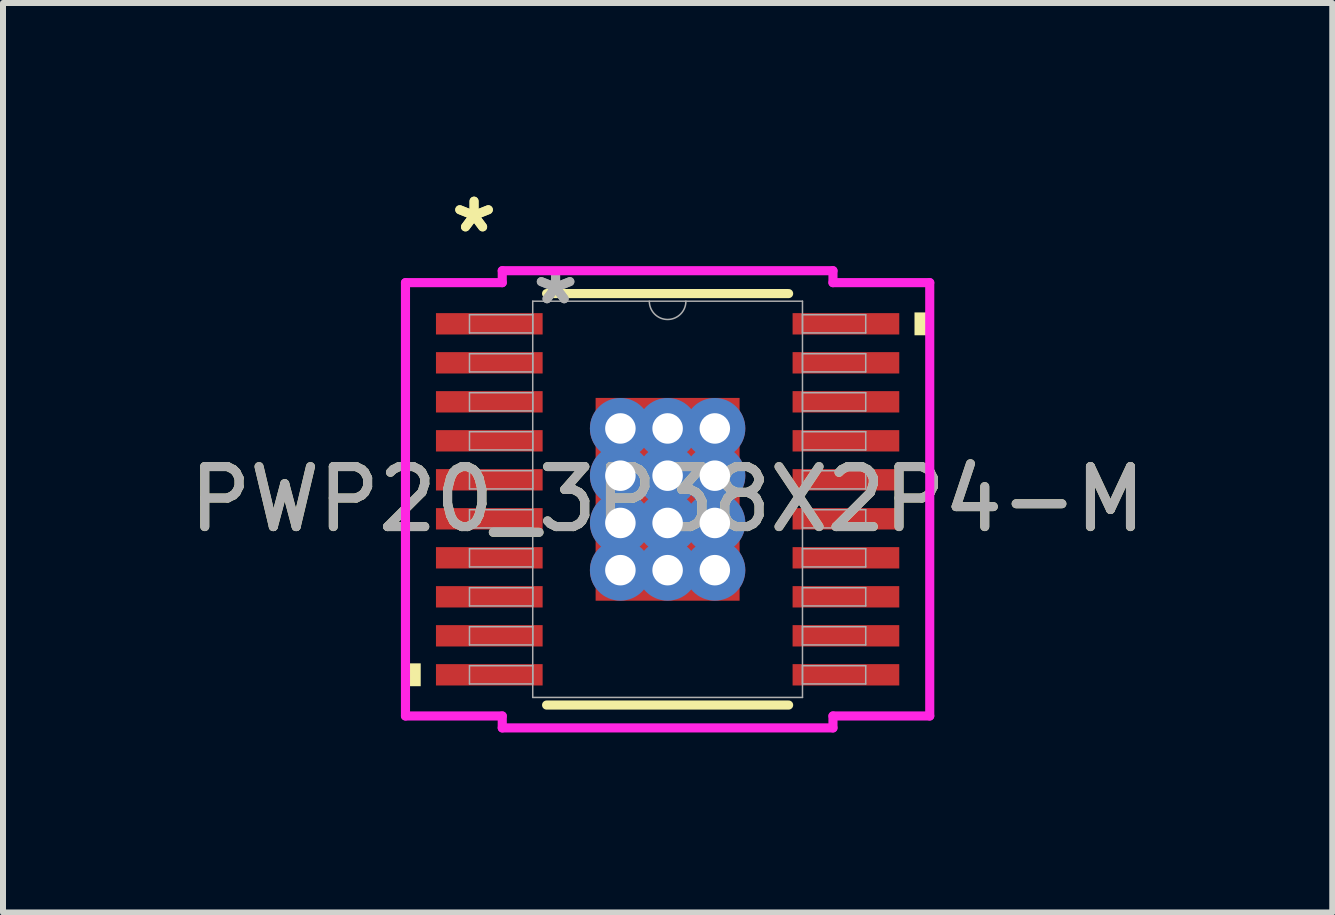
<source format=kicad_pcb>
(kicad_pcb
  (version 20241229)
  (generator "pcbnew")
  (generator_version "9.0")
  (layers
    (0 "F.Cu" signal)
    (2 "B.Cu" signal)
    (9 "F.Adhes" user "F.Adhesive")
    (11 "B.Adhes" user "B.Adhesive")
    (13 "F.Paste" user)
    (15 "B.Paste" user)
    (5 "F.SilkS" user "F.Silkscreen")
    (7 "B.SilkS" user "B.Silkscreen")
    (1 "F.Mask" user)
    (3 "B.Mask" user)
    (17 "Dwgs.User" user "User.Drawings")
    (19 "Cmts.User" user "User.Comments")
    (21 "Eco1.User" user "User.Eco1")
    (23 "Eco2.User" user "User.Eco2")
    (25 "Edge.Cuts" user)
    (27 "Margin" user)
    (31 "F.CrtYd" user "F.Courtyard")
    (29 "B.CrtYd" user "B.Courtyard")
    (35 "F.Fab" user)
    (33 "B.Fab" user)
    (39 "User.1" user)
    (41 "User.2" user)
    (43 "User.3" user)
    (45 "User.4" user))
  (footprint "PWP20_3P38X2P4-M"
    (layer "F.Cu")
    (at 8.077 5.272)
    (property "Reference" "PWP20_3P38X2P4-M" (at 0 0 0) (unlocked yes) (layer "F.SilkS") (effects (font (size 1 1) (thickness 0.15))))
    (attr smd)
    (fp_poly (pts (xy -1.264 -1.754) (xy -0.987 -1.754) (xy -0.987 1.754) (xy -1.264 1.754)) (stroke (width 0) (type solid)) (fill yes) (layer "F.Mask"))
    (fp_poly (pts (xy -1.264 -1.754) (xy 1.264 -1.754) (xy 1.264 -1.381) (xy -1.264 -1.381)) (stroke (width 0) (type solid)) (fill yes) (layer "F.Mask"))
    (fp_poly (pts (xy -1.264 -0.981) (xy 1.264 -0.981) (xy 1.264 -0.594) (xy -1.264 -0.594)) (stroke (width 0) (type solid)) (fill yes) (layer "F.Mask"))
    (fp_poly (pts (xy -1.264 -0.194) (xy 1.264 -0.194) (xy 1.264 0.194) (xy -1.264 0.194)) (stroke (width 0) (type solid)) (fill yes) (layer "F.Mask"))
    (fp_poly (pts (xy -1.264 0.594) (xy 1.264 0.594) (xy 1.264 0.981) (xy -1.264 0.981)) (stroke (width 0) (type solid)) (fill yes) (layer "F.Mask"))
    (fp_poly (pts (xy -1.264 1.381) (xy 1.264 1.381) (xy 1.264 1.754) (xy -1.264 1.754)) (stroke (width 0) (type solid)) (fill yes) (layer "F.Mask"))
    (fp_poly (pts (xy -0.2 -1.754) (xy -0.587 -1.754) (xy -0.587 1.754) (xy -0.2 1.754)) (stroke (width 0) (type solid)) (fill yes) (layer "F.Mask"))
    (fp_poly (pts (xy 0.587 -1.754) (xy 0.2 -1.754) (xy 0.2 1.754) (xy 0.587 1.754)) (stroke (width 0) (type solid)) (fill yes) (layer "F.Mask"))
    (fp_poly (pts (xy 0.987 -1.754) (xy 1.264 -1.754) (xy 1.264 1.754) (xy 0.987 1.754)) (stroke (width 0) (type solid)) (fill yes) (layer "F.Mask"))
    (fp_line (start -2.017 3.429) (end 2.017 3.429) (stroke (width 0.152) (type solid)) (layer "F.SilkS"))
    (fp_line (start 2.017 -3.429) (end -2.017 -3.429) (stroke (width 0.152) (type solid)) (layer "F.SilkS"))
    (fp_poly (pts (xy -4.369 2.734) (xy -4.369 3.115) (xy -4.115 3.115) (xy -4.115 2.734)) (stroke (width 0) (type solid)) (fill yes) (layer "F.SilkS"))
    (fp_poly (pts (xy 4.369 -3.115) (xy 4.369 -2.734) (xy 4.115 -2.734) (xy 4.115 -3.115)) (stroke (width 0) (type solid)) (fill yes) (layer "F.SilkS"))
    (fp_poly (pts (xy -1.125 -1.615) (xy -1.125 -1.281) (xy -1.029 -1.281) (xy -0.887 -1.423) (xy -0.887 -1.615)) (stroke (width 0) (type solid)) (fill yes) (layer "F.Paste"))
    (fp_poly (pts (xy -1.125 1.281) (xy -1.125 1.615) (xy -0.887 1.615) (xy -0.887 1.423) (xy -1.029 1.281)) (stroke (width 0) (type solid)) (fill yes) (layer "F.Paste"))
    (fp_poly (pts (xy 0.887 -1.615) (xy 0.887 -1.423) (xy 1.029 -1.281) (xy 1.125 -1.281) (xy 1.125 -1.615)) (stroke (width 0) (type solid)) (fill yes) (layer "F.Paste"))
    (fp_poly (pts (xy 1.029 1.281) (xy 0.887 1.423) (xy 0.887 1.615) (xy 1.125 1.615) (xy 1.125 1.281)) (stroke (width 0) (type solid)) (fill yes) (layer "F.Paste"))
    (fp_poly (pts (xy -1.125 -1.081) (xy -1.125 -0.494) (xy -1.029 -0.494) (xy -0.887 -0.635) (xy -0.887 -0.94) (xy -1.029 -1.081)) (stroke (width 0) (type solid)) (fill yes) (layer "F.Paste"))
    (fp_poly (pts (xy -1.125 -0.294) (xy -1.125 0.294) (xy -1.029 0.294) (xy -0.887 0.152) (xy -0.887 -0.152) (xy -1.029 -0.294)) (stroke (width 0) (type solid)) (fill yes) (layer "F.Paste"))
    (fp_poly (pts (xy -1.125 0.494) (xy -1.125 1.081) (xy -1.029 1.081) (xy -0.887 0.94) (xy -0.887 0.635) (xy -1.029 0.494)) (stroke (width 0) (type solid)) (fill yes) (layer "F.Paste"))
    (fp_poly (pts (xy -0.687 -1.615) (xy -0.687 -1.423) (xy -0.546 -1.281) (xy -0.241 -1.281) (xy -0.1 -1.423) (xy -0.1 -1.615)) (stroke (width 0) (type solid)) (fill yes) (layer "F.Paste"))
    (fp_poly (pts (xy -0.546 1.281) (xy -0.687 1.423) (xy -0.687 1.615) (xy -0.1 1.615) (xy -0.1 1.423) (xy -0.241 1.281)) (stroke (width 0) (type solid)) (fill yes) (layer "F.Paste"))
    (fp_poly (pts (xy 0.1 -1.615) (xy 0.1 -1.423) (xy 0.241 -1.281) (xy 0.546 -1.281) (xy 0.687 -1.423) (xy 0.687 -1.615)) (stroke (width 0) (type solid)) (fill yes) (layer "F.Paste"))
    (fp_poly (pts (xy 0.241 1.281) (xy 0.1 1.423) (xy 0.1 1.615) (xy 0.687 1.615) (xy 0.687 1.423) (xy 0.546 1.281)) (stroke (width 0) (type solid)) (fill yes) (layer "F.Paste"))
    (fp_poly (pts (xy 1.029 -1.081) (xy 0.887 -0.94) (xy 0.887 -0.635) (xy 1.029 -0.494) (xy 1.125 -0.494) (xy 1.125 -1.081)) (stroke (width 0) (type solid)) (fill yes) (layer "F.Paste"))
    (fp_poly (pts (xy 1.029 -0.294) (xy 0.887 -0.152) (xy 0.887 0.152) (xy 1.029 0.294) (xy 1.125 0.294) (xy 1.125 -0.294)) (stroke (width 0) (type solid)) (fill yes) (layer "F.Paste"))
    (fp_poly (pts (xy 1.029 0.494) (xy 0.887 0.635) (xy 0.887 0.94) (xy 1.029 1.081) (xy 1.125 1.081) (xy 1.125 0.494)) (stroke (width 0) (type solid)) (fill yes) (layer "F.Paste"))
    (fp_poly (pts (xy -0.546 -1.081) (xy -0.687 -0.94) (xy -0.687 -0.635) (xy -0.546 -0.494) (xy -0.241 -0.494) (xy -0.1 -0.635) (xy -0.1 -0.94) (xy -0.241 -1.081)) (stroke (width 0) (type solid)) (fill yes) (layer "F.Paste"))
    (fp_poly (pts (xy -0.546 -0.294) (xy -0.687 -0.152) (xy -0.687 0.152) (xy -0.546 0.294) (xy -0.241 0.294) (xy -0.1 0.152) (xy -0.1 -0.152) (xy -0.241 -0.294)) (stroke (width 0) (type solid)) (fill yes) (layer "F.Paste"))
    (fp_poly (pts (xy -0.546 0.494) (xy -0.687 0.635) (xy -0.687 0.94) (xy -0.546 1.081) (xy -0.241 1.081) (xy -0.1 0.94) (xy -0.1 0.635) (xy -0.241 0.494)) (stroke (width 0) (type solid)) (fill yes) (layer "F.Paste"))
    (fp_poly (pts (xy 0.241 -1.081) (xy 0.1 -0.94) (xy 0.1 -0.635) (xy 0.241 -0.494) (xy 0.546 -0.494) (xy 0.687 -0.635) (xy 0.687 -0.94) (xy 0.546 -1.081)) (stroke (width 0) (type solid)) (fill yes) (layer "F.Paste"))
    (fp_poly (pts (xy 0.241 -0.294) (xy 0.1 -0.152) (xy 0.1 0.152) (xy 0.241 0.294) (xy 0.546 0.294) (xy 0.687 0.152) (xy 0.687 -0.152) (xy 0.546 -0.294)) (stroke (width 0) (type solid)) (fill yes) (layer "F.Paste"))
    (fp_poly (pts (xy 0.241 0.494) (xy 0.1 0.635) (xy 0.1 0.94) (xy 0.241 1.081) (xy 0.546 1.081) (xy 0.687 0.94) (xy 0.687 0.635) (xy 0.546 0.494)) (stroke (width 0) (type solid)) (fill yes) (layer "F.Paste"))
    (fp_line (start -4.369 -3.611) (end -2.756 -3.611) (stroke (width 0.152) (type solid)) (layer "F.CrtYd"))
    (fp_line (start -4.369 3.611) (end -4.369 -3.611) (stroke (width 0.152) (type solid)) (layer "F.CrtYd"))
    (fp_line (start -4.369 3.611) (end -2.756 3.611) (stroke (width 0.152) (type solid)) (layer "F.CrtYd"))
    (fp_line (start -2.756 -3.81) (end 2.756 -3.81) (stroke (width 0.152) (type solid)) (layer "F.CrtYd"))
    (fp_line (start -2.756 -3.611) (end -2.756 -3.81) (stroke (width 0.152) (type solid)) (layer "F.CrtYd"))
    (fp_line (start -2.756 3.81) (end -2.756 3.611) (stroke (width 0.152) (type solid)) (layer "F.CrtYd"))
    (fp_line (start 2.756 -3.81) (end 2.756 -3.611) (stroke (width 0.152) (type solid)) (layer "F.CrtYd"))
    (fp_line (start 2.756 3.611) (end 2.756 3.81) (stroke (width 0.152) (type solid)) (layer "F.CrtYd"))
    (fp_line (start 2.756 3.81) (end -2.756 3.81) (stroke (width 0.152) (type solid)) (layer "F.CrtYd"))
    (fp_line (start 4.369 -3.611) (end 2.756 -3.611) (stroke (width 0.152) (type solid)) (layer "F.CrtYd"))
    (fp_line (start 4.369 -3.611) (end 4.369 3.611) (stroke (width 0.152) (type solid)) (layer "F.CrtYd"))
    (fp_line (start 4.369 3.611) (end 2.756 3.611) (stroke (width 0.152) (type solid)) (layer "F.CrtYd"))
    (fp_line (start -3.302 -3.077) (end -3.302 -2.773) (stroke (width 0.025) (type solid)) (layer "F.Fab"))
    (fp_line (start -3.302 -2.773) (end -2.248 -2.773) (stroke (width 0.025) (type solid)) (layer "F.Fab"))
    (fp_line (start -3.302 -2.427) (end -3.302 -2.123) (stroke (width 0.025) (type solid)) (layer "F.Fab"))
    (fp_line (start -3.302 -2.123) (end -2.248 -2.123) (stroke (width 0.025) (type solid)) (layer "F.Fab"))
    (fp_line (start -3.302 -1.777) (end -3.302 -1.473) (stroke (width 0.025) (type solid)) (layer "F.Fab"))
    (fp_line (start -3.302 -1.473) (end -2.248 -1.473) (stroke (width 0.025) (type solid)) (layer "F.Fab"))
    (fp_line (start -3.302 -1.127) (end -3.302 -0.823) (stroke (width 0.025) (type solid)) (layer "F.Fab"))
    (fp_line (start -3.302 -0.823) (end -2.248 -0.823) (stroke (width 0.025) (type solid)) (layer "F.Fab"))
    (fp_line (start -3.302 -0.477) (end -3.302 -0.173) (stroke (width 0.025) (type solid)) (layer "F.Fab"))
    (fp_line (start -3.302 -0.173) (end -2.248 -0.173) (stroke (width 0.025) (type solid)) (layer "F.Fab"))
    (fp_line (start -3.302 0.173) (end -3.302 0.477) (stroke (width 0.025) (type solid)) (layer "F.Fab"))
    (fp_line (start -3.302 0.477) (end -2.248 0.477) (stroke (width 0.025) (type solid)) (layer "F.Fab"))
    (fp_line (start -3.302 0.823) (end -3.302 1.127) (stroke (width 0.025) (type solid)) (layer "F.Fab"))
    (fp_line (start -3.302 1.127) (end -2.248 1.127) (stroke (width 0.025) (type solid)) (layer "F.Fab"))
    (fp_line (start -3.302 1.473) (end -3.302 1.777) (stroke (width 0.025) (type solid)) (layer "F.Fab"))
    (fp_line (start -3.302 1.777) (end -2.248 1.777) (stroke (width 0.025) (type solid)) (layer "F.Fab"))
    (fp_line (start -3.302 2.123) (end -3.302 2.427) (stroke (width 0.025) (type solid)) (layer "F.Fab"))
    (fp_line (start -3.302 2.427) (end -2.248 2.427) (stroke (width 0.025) (type solid)) (layer "F.Fab"))
    (fp_line (start -3.302 2.773) (end -3.302 3.077) (stroke (width 0.025) (type solid)) (layer "F.Fab"))
    (fp_line (start -3.302 3.077) (end -2.248 3.077) (stroke (width 0.025) (type solid)) (layer "F.Fab"))
    (fp_line (start -2.248 -3.302) (end -2.248 3.302) (stroke (width 0.025) (type solid)) (layer "F.Fab"))
    (fp_line (start -2.248 -3.077) (end -3.302 -3.077) (stroke (width 0.025) (type solid)) (layer "F.Fab"))
    (fp_line (start -2.248 -2.773) (end -2.248 -3.077) (stroke (width 0.025) (type solid)) (layer "F.Fab"))
    (fp_line (start -2.248 -2.427) (end -3.302 -2.427) (stroke (width 0.025) (type solid)) (layer "F.Fab"))
    (fp_line (start -2.248 -2.123) (end -2.248 -2.427) (stroke (width 0.025) (type solid)) (layer "F.Fab"))
    (fp_line (start -2.248 -1.777) (end -3.302 -1.777) (stroke (width 0.025) (type solid)) (layer "F.Fab"))
    (fp_line (start -2.248 -1.473) (end -2.248 -1.777) (stroke (width 0.025) (type solid)) (layer "F.Fab"))
    (fp_line (start -2.248 -1.127) (end -3.302 -1.127) (stroke (width 0.025) (type solid)) (layer "F.Fab"))
    (fp_line (start -2.248 -0.823) (end -2.248 -1.127) (stroke (width 0.025) (type solid)) (layer "F.Fab"))
    (fp_line (start -2.248 -0.477) (end -3.302 -0.477) (stroke (width 0.025) (type solid)) (layer "F.Fab"))
    (fp_line (start -2.248 -0.173) (end -2.248 -0.477) (stroke (width 0.025) (type solid)) (layer "F.Fab"))
    (fp_line (start -2.248 0.173) (end -3.302 0.173) (stroke (width 0.025) (type solid)) (layer "F.Fab"))
    (fp_line (start -2.248 0.477) (end -2.248 0.173) (stroke (width 0.025) (type solid)) (layer "F.Fab"))
    (fp_line (start -2.248 0.823) (end -3.302 0.823) (stroke (width 0.025) (type solid)) (layer "F.Fab"))
    (fp_line (start -2.248 1.127) (end -2.248 0.823) (stroke (width 0.025) (type solid)) (layer "F.Fab"))
    (fp_line (start -2.248 1.473) (end -3.302 1.473) (stroke (width 0.025) (type solid)) (layer "F.Fab"))
    (fp_line (start -2.248 1.777) (end -2.248 1.473) (stroke (width 0.025) (type solid)) (layer "F.Fab"))
    (fp_line (start -2.248 2.123) (end -3.302 2.123) (stroke (width 0.025) (type solid)) (layer "F.Fab"))
    (fp_line (start -2.248 2.427) (end -2.248 2.123) (stroke (width 0.025) (type solid)) (layer "F.Fab"))
    (fp_line (start -2.248 2.773) (end -3.302 2.773) (stroke (width 0.025) (type solid)) (layer "F.Fab"))
    (fp_line (start -2.248 3.077) (end -2.248 2.773) (stroke (width 0.025) (type solid)) (layer "F.Fab"))
    (fp_line (start -2.248 3.302) (end 2.248 3.302) (stroke (width 0.025) (type solid)) (layer "F.Fab"))
    (fp_line (start 2.248 -3.302) (end -2.248 -3.302) (stroke (width 0.025) (type solid)) (layer "F.Fab"))
    (fp_line (start 2.248 -3.077) (end 2.248 -2.773) (stroke (width 0.025) (type solid)) (layer "F.Fab"))
    (fp_line (start 2.248 -2.773) (end 3.302 -2.773) (stroke (width 0.025) (type solid)) (layer "F.Fab"))
    (fp_line (start 2.248 -2.427) (end 2.248 -2.123) (stroke (width 0.025) (type solid)) (layer "F.Fab"))
    (fp_line (start 2.248 -2.123) (end 3.302 -2.123) (stroke (width 0.025) (type solid)) (layer "F.Fab"))
    (fp_line (start 2.248 -1.777) (end 2.248 -1.473) (stroke (width 0.025) (type solid)) (layer "F.Fab"))
    (fp_line (start 2.248 -1.473) (end 3.302 -1.473) (stroke (width 0.025) (type solid)) (layer "F.Fab"))
    (fp_line (start 2.248 -1.127) (end 2.248 -0.823) (stroke (width 0.025) (type solid)) (layer "F.Fab"))
    (fp_line (start 2.248 -0.823) (end 3.302 -0.823) (stroke (width 0.025) (type solid)) (layer "F.Fab"))
    (fp_line (start 2.248 -0.477) (end 2.248 -0.173) (stroke (width 0.025) (type solid)) (layer "F.Fab"))
    (fp_line (start 2.248 -0.173) (end 3.302 -0.173) (stroke (width 0.025) (type solid)) (layer "F.Fab"))
    (fp_line (start 2.248 0.173) (end 2.248 0.477) (stroke (width 0.025) (type solid)) (layer "F.Fab"))
    (fp_line (start 2.248 0.477) (end 3.302 0.477) (stroke (width 0.025) (type solid)) (layer "F.Fab"))
    (fp_line (start 2.248 0.823) (end 2.248 1.127) (stroke (width 0.025) (type solid)) (layer "F.Fab"))
    (fp_line (start 2.248 1.127) (end 3.302 1.127) (stroke (width 0.025) (type solid)) (layer "F.Fab"))
    (fp_line (start 2.248 1.473) (end 2.248 1.777) (stroke (width 0.025) (type solid)) (layer "F.Fab"))
    (fp_line (start 2.248 1.777) (end 3.302 1.777) (stroke (width 0.025) (type solid)) (layer "F.Fab"))
    (fp_line (start 2.248 2.123) (end 2.248 2.427) (stroke (width 0.025) (type solid)) (layer "F.Fab"))
    (fp_line (start 2.248 2.427) (end 3.302 2.427) (stroke (width 0.025) (type solid)) (layer "F.Fab"))
    (fp_line (start 2.248 2.773) (end 2.248 3.077) (stroke (width 0.025) (type solid)) (layer "F.Fab"))
    (fp_line (start 2.248 3.077) (end 3.302 3.077) (stroke (width 0.025) (type solid)) (layer "F.Fab"))
    (fp_line (start 2.248 3.302) (end 2.248 -3.302) (stroke (width 0.025) (type solid)) (layer "F.Fab"))
    (fp_line (start 3.302 -3.077) (end 2.248 -3.077) (stroke (width 0.025) (type solid)) (layer "F.Fab"))
    (fp_line (start 3.302 -2.773) (end 3.302 -3.077) (stroke (width 0.025) (type solid)) (layer "F.Fab"))
    (fp_line (start 3.302 -2.427) (end 2.248 -2.427) (stroke (width 0.025) (type solid)) (layer "F.Fab"))
    (fp_line (start 3.302 -2.123) (end 3.302 -2.427) (stroke (width 0.025) (type solid)) (layer "F.Fab"))
    (fp_line (start 3.302 -1.777) (end 2.248 -1.777) (stroke (width 0.025) (type solid)) (layer "F.Fab"))
    (fp_line (start 3.302 -1.473) (end 3.302 -1.777) (stroke (width 0.025) (type solid)) (layer "F.Fab"))
    (fp_line (start 3.302 -1.127) (end 2.248 -1.127) (stroke (width 0.025) (type solid)) (layer "F.Fab"))
    (fp_line (start 3.302 -0.823) (end 3.302 -1.127) (stroke (width 0.025) (type solid)) (layer "F.Fab"))
    (fp_line (start 3.302 -0.477) (end 2.248 -0.477) (stroke (width 0.025) (type solid)) (layer "F.Fab"))
    (fp_line (start 3.302 -0.173) (end 3.302 -0.477) (stroke (width 0.025) (type solid)) (layer "F.Fab"))
    (fp_line (start 3.302 0.173) (end 2.248 0.173) (stroke (width 0.025) (type solid)) (layer "F.Fab"))
    (fp_line (start 3.302 0.477) (end 3.302 0.173) (stroke (width 0.025) (type solid)) (layer "F.Fab"))
    (fp_line (start 3.302 0.823) (end 2.248 0.823) (stroke (width 0.025) (type solid)) (layer "F.Fab"))
    (fp_line (start 3.302 1.127) (end 3.302 0.823) (stroke (width 0.025) (type solid)) (layer "F.Fab"))
    (fp_line (start 3.302 1.473) (end 2.248 1.473) (stroke (width 0.025) (type solid)) (layer "F.Fab"))
    (fp_line (start 3.302 1.777) (end 3.302 1.473) (stroke (width 0.025) (type solid)) (layer "F.Fab"))
    (fp_line (start 3.302 2.123) (end 2.248 2.123) (stroke (width 0.025) (type solid)) (layer "F.Fab"))
    (fp_line (start 3.302 2.427) (end 3.302 2.123) (stroke (width 0.025) (type solid)) (layer "F.Fab"))
    (fp_line (start 3.302 2.773) (end 2.248 2.773) (stroke (width 0.025) (type solid)) (layer "F.Fab"))
    (fp_line (start 3.302 3.077) (end 3.302 2.773) (stroke (width 0.025) (type solid)) (layer "F.Fab"))
    (fp_arc (start 0.3048 -3.302) (mid 0 -2.9972) (end -0.3048 -3.302) (stroke (width 0.0254) (type solid)) (layer "F.Fab"))
    (fp_text user "*" (at -3.226 -4.424 0) (unlocked yes) (layer "F.SilkS") (effects (font (size 1 1) (thickness 0.15))))
    (fp_text user "*" (at -3.226 -4.424 0) (layer "F.SilkS") (effects (font (size 1 1) (thickness 0.15))))
    (fp_text user "*" (at -1.867 -3.226 0) (layer "F.Fab") (effects (font (size 1 1) (thickness 0.15))))
    (fp_text user "${REFERENCE}" (at 0 0 0) (unlocked yes) (layer "F.Fab") (effects (font (size 1 1) (thickness 0.15))))
    (fp_text user "*" (at -1.867 -3.226 0) (unlocked yes) (layer "F.Fab") (effects (font (size 1 1) (thickness 0.15))))
    (pad "1" smd rect (at -2.972 -2.925) (size 1.778 0.356) (layers "F.Cu" "F.Mask" "F.Paste"))
    (pad "2" smd rect (at -2.972 -2.275) (size 1.778 0.356) (layers "F.Cu" "F.Mask" "F.Paste"))
    (pad "3" smd rect (at -2.972 -1.625) (size 1.778 0.356) (layers "F.Cu" "F.Mask" "F.Paste"))
    (pad "4" smd rect (at -2.972 -0.975) (size 1.778 0.356) (layers "F.Cu" "F.Mask" "F.Paste"))
    (pad "5" smd rect (at -2.972 -0.325) (size 1.778 0.356) (layers "F.Cu" "F.Mask" "F.Paste"))
    (pad "6" smd rect (at -2.972 0.325) (size 1.778 0.356) (layers "F.Cu" "F.Mask" "F.Paste"))
    (pad "7" smd rect (at -2.972 0.975) (size 1.778 0.356) (layers "F.Cu" "F.Mask" "F.Paste"))
    (pad "8" smd rect (at -2.972 1.625) (size 1.778 0.356) (layers "F.Cu" "F.Mask" "F.Paste"))
    (pad "9" smd rect (at -2.972 2.275) (size 1.778 0.356) (layers "F.Cu" "F.Mask" "F.Paste"))
    (pad "10" smd rect (at -2.972 2.925) (size 1.778 0.356) (layers "F.Cu" "F.Mask" "F.Paste"))
    (pad "11" smd rect (at 2.972 2.925) (size 1.778 0.356) (layers "F.Cu" "F.Mask" "F.Paste"))
    (pad "12" smd rect (at 2.972 2.275) (size 1.778 0.356) (layers "F.Cu" "F.Mask" "F.Paste"))
    (pad "13" smd rect (at 2.972 1.625) (size 1.778 0.356) (layers "F.Cu" "F.Mask" "F.Paste"))
    (pad "14" smd rect (at 2.972 0.975) (size 1.778 0.356) (layers "F.Cu" "F.Mask" "F.Paste"))
    (pad "15" smd rect (at 2.972 0.325) (size 1.778 0.356) (layers "F.Cu" "F.Mask" "F.Paste"))
    (pad "16" smd rect (at 2.972 -0.325) (size 1.778 0.356) (layers "F.Cu" "F.Mask" "F.Paste"))
    (pad "17" smd rect (at 2.972 -0.975) (size 1.778 0.356) (layers "F.Cu" "F.Mask" "F.Paste"))
    (pad "18" smd rect (at 2.972 -1.625) (size 1.778 0.356) (layers "F.Cu" "F.Mask" "F.Paste"))
    (pad "19" smd rect (at 2.972 -2.275) (size 1.778 0.356) (layers "F.Cu" "F.Mask" "F.Paste"))
    (pad "20" smd rect (at 2.972 -2.925) (size 1.778 0.356) (layers "F.Cu" "F.Mask" "F.Paste"))
    (pad "EPAD" smd rect (at 0 0) (size 2.4 3.38) (layers "F.Cu"))
    (pad "V" thru_hole circle (at -0.787 -1.181) (size 1.016 1.016) (drill 0.508) (layers "*.Cu" "*.Mask"))
    (pad "V" thru_hole circle (at -0.787 -0.394) (size 1.016 1.016) (drill 0.508) (layers "*.Cu" "*.Mask"))
    (pad "V" thru_hole circle (at -0.787 0.394) (size 1.016 1.016) (drill 0.508) (layers "*.Cu" "*.Mask"))
    (pad "V" thru_hole circle (at -0.787 1.181) (size 1.016 1.016) (drill 0.508) (layers "*.Cu" "*.Mask"))
    (pad "V" thru_hole circle (at 0 -1.181) (size 1.016 1.016) (drill 0.508) (layers "*.Cu" "*.Mask"))
    (pad "V" thru_hole circle (at 0 -0.394) (size 1.016 1.016) (drill 0.508) (layers "*.Cu" "*.Mask"))
    (pad "V" thru_hole circle (at 0 0.394) (size 1.016 1.016) (drill 0.508) (layers "*.Cu" "*.Mask"))
    (pad "V" thru_hole circle (at 0 1.181) (size 1.016 1.016) (drill 0.508) (layers "*.Cu" "*.Mask"))
    (pad "V" thru_hole circle (at 0.787 -1.181) (size 1.016 1.016) (drill 0.508) (layers "*.Cu" "*.Mask"))
    (pad "V" thru_hole circle (at 0.787 -0.394) (size 1.016 1.016) (drill 0.508) (layers "*.Cu" "*.Mask"))
    (pad "V" thru_hole circle (at 0.787 0.394) (size 1.016 1.016) (drill 0.508) (layers "*.Cu" "*.Mask"))
    (pad "V" thru_hole circle (at 0.787 1.181) (size 1.016 1.016) (drill 0.508) (layers "*.Cu" "*.Mask")))
  (gr_rect
    (start -3 -3)
    (end 19.155 12.158)
    (stroke (width 0.1) (type default))
    (fill no)
    (layer "Edge.Cuts")))
</source>
